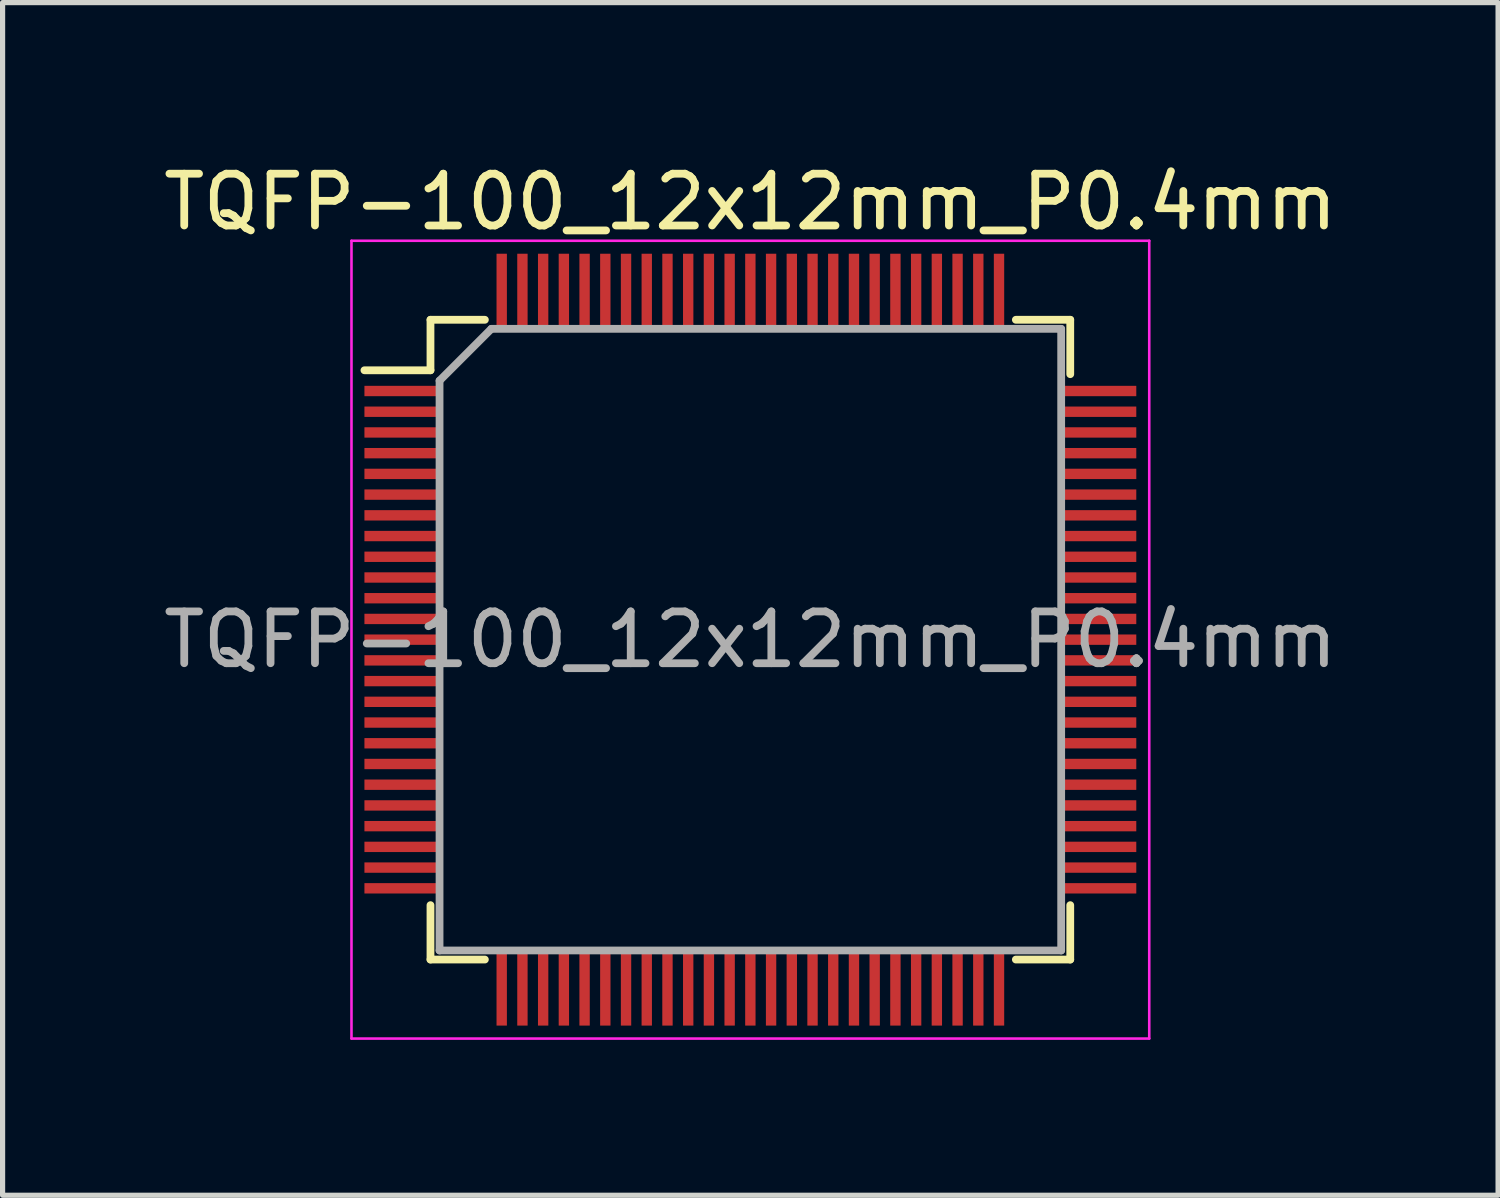
<source format=kicad_pcb>
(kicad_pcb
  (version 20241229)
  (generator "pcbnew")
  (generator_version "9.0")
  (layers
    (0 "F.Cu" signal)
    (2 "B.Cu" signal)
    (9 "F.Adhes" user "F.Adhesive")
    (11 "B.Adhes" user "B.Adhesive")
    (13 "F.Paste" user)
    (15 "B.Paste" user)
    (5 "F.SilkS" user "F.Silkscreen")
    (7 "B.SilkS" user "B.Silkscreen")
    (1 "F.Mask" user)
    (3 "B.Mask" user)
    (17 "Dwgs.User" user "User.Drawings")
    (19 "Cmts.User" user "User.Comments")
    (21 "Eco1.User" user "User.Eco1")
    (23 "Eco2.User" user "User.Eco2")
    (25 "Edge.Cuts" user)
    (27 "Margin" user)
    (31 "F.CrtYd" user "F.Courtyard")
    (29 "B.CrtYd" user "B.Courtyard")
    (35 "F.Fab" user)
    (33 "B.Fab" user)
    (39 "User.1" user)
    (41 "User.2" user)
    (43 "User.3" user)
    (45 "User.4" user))
  (footprint "TQFP-100_12x12mm_P0.4mm"
    (layer "F.Cu")
    (at 11.435 9.298)
    (property "Reference" "TQFP-100_12x12mm_P0.4mm" (at 0 -8.45 0) (layer "F.SilkS") (effects (font (size 1 1) (thickness 0.15))))
    (attr smd)
    (fp_line (start -6.175 -6.175) (end -6.175 -5.2) (stroke (width 0.15) (type solid)) (layer "F.SilkS"))
    (fp_line (start -6.175 -6.175) (end -5.125 -6.175) (stroke (width 0.15) (type solid)) (layer "F.SilkS"))
    (fp_line (start -6.175 -5.2) (end -7.45 -5.2) (stroke (width 0.15) (type solid)) (layer "F.SilkS"))
    (fp_line (start -6.175 6.175) (end -6.175 5.125) (stroke (width 0.15) (type solid)) (layer "F.SilkS"))
    (fp_line (start -6.175 6.175) (end -5.125 6.175) (stroke (width 0.15) (type solid)) (layer "F.SilkS"))
    (fp_line (start 6.175 -6.175) (end 5.125 -6.175) (stroke (width 0.15) (type solid)) (layer "F.SilkS"))
    (fp_line (start 6.175 -6.175) (end 6.175 -5.125) (stroke (width 0.15) (type solid)) (layer "F.SilkS"))
    (fp_line (start 6.175 6.175) (end 5.125 6.175) (stroke (width 0.15) (type solid)) (layer "F.SilkS"))
    (fp_line (start 6.175 6.175) (end 6.175 5.125) (stroke (width 0.15) (type solid)) (layer "F.SilkS"))
    (fp_line (start -7.7 -7.7) (end -7.7 7.7) (stroke (width 0.05) (type solid)) (layer "F.CrtYd"))
    (fp_line (start -7.7 -7.7) (end 7.7 -7.7) (stroke (width 0.05) (type solid)) (layer "F.CrtYd"))
    (fp_line (start -7.7 7.7) (end 7.7 7.7) (stroke (width 0.05) (type solid)) (layer "F.CrtYd"))
    (fp_line (start 7.7 -7.7) (end 7.7 7.7) (stroke (width 0.05) (type solid)) (layer "F.CrtYd"))
    (fp_line (start -6 -5) (end -5 -6) (stroke (width 0.15) (type solid)) (layer "F.Fab"))
    (fp_line (start -6 6) (end -6 -5) (stroke (width 0.15) (type solid)) (layer "F.Fab"))
    (fp_line (start -5 -6) (end 6 -6) (stroke (width 0.15) (type solid)) (layer "F.Fab"))
    (fp_line (start 6 -6) (end 6 6) (stroke (width 0.15) (type solid)) (layer "F.Fab"))
    (fp_line (start 6 6) (end -6 6) (stroke (width 0.15) (type solid)) (layer "F.Fab"))
    (fp_text user "${REFERENCE}" (at 0 0 0) (layer "F.Fab") (effects (font (size 1 1) (thickness 0.15))))
    (pad "1" smd rect (at -6.7 -4.8) (size 1.5 0.2) (layers "F.Cu" "F.Mask" "F.Paste"))
    (pad "2" smd rect (at -6.7 -4.4) (size 1.5 0.2) (layers "F.Cu" "F.Mask" "F.Paste"))
    (pad "3" smd rect (at -6.7 -4) (size 1.5 0.2) (layers "F.Cu" "F.Mask" "F.Paste"))
    (pad "4" smd rect (at -6.7 -3.6) (size 1.5 0.2) (layers "F.Cu" "F.Mask" "F.Paste"))
    (pad "5" smd rect (at -6.7 -3.2) (size 1.5 0.2) (layers "F.Cu" "F.Mask" "F.Paste"))
    (pad "6" smd rect (at -6.7 -2.8) (size 1.5 0.2) (layers "F.Cu" "F.Mask" "F.Paste"))
    (pad "7" smd rect (at -6.7 -2.4) (size 1.5 0.2) (layers "F.Cu" "F.Mask" "F.Paste"))
    (pad "8" smd rect (at -6.7 -2) (size 1.5 0.2) (layers "F.Cu" "F.Mask" "F.Paste"))
    (pad "9" smd rect (at -6.7 -1.6) (size 1.5 0.2) (layers "F.Cu" "F.Mask" "F.Paste"))
    (pad "10" smd rect (at -6.7 -1.2) (size 1.5 0.2) (layers "F.Cu" "F.Mask" "F.Paste"))
    (pad "11" smd rect (at -6.7 -0.8) (size 1.5 0.2) (layers "F.Cu" "F.Mask" "F.Paste"))
    (pad "12" smd rect (at -6.7 -0.4) (size 1.5 0.2) (layers "F.Cu" "F.Mask" "F.Paste"))
    (pad "13" smd rect (at -6.7 0) (size 1.5 0.2) (layers "F.Cu" "F.Mask" "F.Paste"))
    (pad "14" smd rect (at -6.7 0.4) (size 1.5 0.2) (layers "F.Cu" "F.Mask" "F.Paste"))
    (pad "15" smd rect (at -6.7 0.8) (size 1.5 0.2) (layers "F.Cu" "F.Mask" "F.Paste"))
    (pad "16" smd rect (at -6.7 1.2) (size 1.5 0.2) (layers "F.Cu" "F.Mask" "F.Paste"))
    (pad "17" smd rect (at -6.7 1.6) (size 1.5 0.2) (layers "F.Cu" "F.Mask" "F.Paste"))
    (pad "18" smd rect (at -6.7 2) (size 1.5 0.2) (layers "F.Cu" "F.Mask" "F.Paste"))
    (pad "19" smd rect (at -6.7 2.4) (size 1.5 0.2) (layers "F.Cu" "F.Mask" "F.Paste"))
    (pad "20" smd rect (at -6.7 2.8) (size 1.5 0.2) (layers "F.Cu" "F.Mask" "F.Paste"))
    (pad "21" smd rect (at -6.7 3.2) (size 1.5 0.2) (layers "F.Cu" "F.Mask" "F.Paste"))
    (pad "22" smd rect (at -6.7 3.6) (size 1.5 0.2) (layers "F.Cu" "F.Mask" "F.Paste"))
    (pad "23" smd rect (at -6.7 4) (size 1.5 0.2) (layers "F.Cu" "F.Mask" "F.Paste"))
    (pad "24" smd rect (at -6.7 4.4) (size 1.5 0.2) (layers "F.Cu" "F.Mask" "F.Paste"))
    (pad "25" smd rect (at -6.7 4.8) (size 1.5 0.2) (layers "F.Cu" "F.Mask" "F.Paste"))
    (pad "26" smd rect (at -4.8 6.7 90) (size 1.5 0.2) (layers "F.Cu" "F.Mask" "F.Paste"))
    (pad "27" smd rect (at -4.4 6.7 90) (size 1.5 0.2) (layers "F.Cu" "F.Mask" "F.Paste"))
    (pad "28" smd rect (at -4 6.7 90) (size 1.5 0.2) (layers "F.Cu" "F.Mask" "F.Paste"))
    (pad "29" smd rect (at -3.6 6.7 90) (size 1.5 0.2) (layers "F.Cu" "F.Mask" "F.Paste"))
    (pad "30" smd rect (at -3.2 6.7 90) (size 1.5 0.2) (layers "F.Cu" "F.Mask" "F.Paste"))
    (pad "31" smd rect (at -2.8 6.7 90) (size 1.5 0.2) (layers "F.Cu" "F.Mask" "F.Paste"))
    (pad "32" smd rect (at -2.4 6.7 90) (size 1.5 0.2) (layers "F.Cu" "F.Mask" "F.Paste"))
    (pad "33" smd rect (at -2 6.7 90) (size 1.5 0.2) (layers "F.Cu" "F.Mask" "F.Paste"))
    (pad "34" smd rect (at -1.6 6.7 90) (size 1.5 0.2) (layers "F.Cu" "F.Mask" "F.Paste"))
    (pad "35" smd rect (at -1.2 6.7 90) (size 1.5 0.2) (layers "F.Cu" "F.Mask" "F.Paste"))
    (pad "36" smd rect (at -0.8 6.7 90) (size 1.5 0.2) (layers "F.Cu" "F.Mask" "F.Paste"))
    (pad "37" smd rect (at -0.4 6.7 90) (size 1.5 0.2) (layers "F.Cu" "F.Mask" "F.Paste"))
    (pad "38" smd rect (at 0 6.7 90) (size 1.5 0.2) (layers "F.Cu" "F.Mask" "F.Paste"))
    (pad "39" smd rect (at 0.4 6.7 90) (size 1.5 0.2) (layers "F.Cu" "F.Mask" "F.Paste"))
    (pad "40" smd rect (at 0.8 6.7 90) (size 1.5 0.2) (layers "F.Cu" "F.Mask" "F.Paste"))
    (pad "41" smd rect (at 1.2 6.7 90) (size 1.5 0.2) (layers "F.Cu" "F.Mask" "F.Paste"))
    (pad "42" smd rect (at 1.6 6.7 90) (size 1.5 0.2) (layers "F.Cu" "F.Mask" "F.Paste"))
    (pad "43" smd rect (at 2 6.7 90) (size 1.5 0.2) (layers "F.Cu" "F.Mask" "F.Paste"))
    (pad "44" smd rect (at 2.4 6.7 90) (size 1.5 0.2) (layers "F.Cu" "F.Mask" "F.Paste"))
    (pad "45" smd rect (at 2.8 6.7 90) (size 1.5 0.2) (layers "F.Cu" "F.Mask" "F.Paste"))
    (pad "46" smd rect (at 3.2 6.7 90) (size 1.5 0.2) (layers "F.Cu" "F.Mask" "F.Paste"))
    (pad "47" smd rect (at 3.6 6.7 90) (size 1.5 0.2) (layers "F.Cu" "F.Mask" "F.Paste"))
    (pad "48" smd rect (at 4 6.7 90) (size 1.5 0.2) (layers "F.Cu" "F.Mask" "F.Paste"))
    (pad "49" smd rect (at 4.4 6.7 90) (size 1.5 0.2) (layers "F.Cu" "F.Mask" "F.Paste"))
    (pad "50" smd rect (at 4.8 6.7 90) (size 1.5 0.2) (layers "F.Cu" "F.Mask" "F.Paste"))
    (pad "51" smd rect (at 6.7 4.8) (size 1.5 0.2) (layers "F.Cu" "F.Mask" "F.Paste"))
    (pad "52" smd rect (at 6.7 4.4) (size 1.5 0.2) (layers "F.Cu" "F.Mask" "F.Paste"))
    (pad "53" smd rect (at 6.7 4) (size 1.5 0.2) (layers "F.Cu" "F.Mask" "F.Paste"))
    (pad "54" smd rect (at 6.7 3.6) (size 1.5 0.2) (layers "F.Cu" "F.Mask" "F.Paste"))
    (pad "55" smd rect (at 6.7 3.2) (size 1.5 0.2) (layers "F.Cu" "F.Mask" "F.Paste"))
    (pad "56" smd rect (at 6.7 2.8) (size 1.5 0.2) (layers "F.Cu" "F.Mask" "F.Paste"))
    (pad "57" smd rect (at 6.7 2.4) (size 1.5 0.2) (layers "F.Cu" "F.Mask" "F.Paste"))
    (pad "58" smd rect (at 6.7 2) (size 1.5 0.2) (layers "F.Cu" "F.Mask" "F.Paste"))
    (pad "59" smd rect (at 6.7 1.6) (size 1.5 0.2) (layers "F.Cu" "F.Mask" "F.Paste"))
    (pad "60" smd rect (at 6.7 1.2) (size 1.5 0.2) (layers "F.Cu" "F.Mask" "F.Paste"))
    (pad "61" smd rect (at 6.7 0.8) (size 1.5 0.2) (layers "F.Cu" "F.Mask" "F.Paste"))
    (pad "62" smd rect (at 6.7 0.4) (size 1.5 0.2) (layers "F.Cu" "F.Mask" "F.Paste"))
    (pad "63" smd rect (at 6.7 0) (size 1.5 0.2) (layers "F.Cu" "F.Mask" "F.Paste"))
    (pad "64" smd rect (at 6.7 -0.4) (size 1.5 0.2) (layers "F.Cu" "F.Mask" "F.Paste"))
    (pad "65" smd rect (at 6.7 -0.8) (size 1.5 0.2) (layers "F.Cu" "F.Mask" "F.Paste"))
    (pad "66" smd rect (at 6.7 -1.2) (size 1.5 0.2) (layers "F.Cu" "F.Mask" "F.Paste"))
    (pad "67" smd rect (at 6.7 -1.6) (size 1.5 0.2) (layers "F.Cu" "F.Mask" "F.Paste"))
    (pad "68" smd rect (at 6.7 -2) (size 1.5 0.2) (layers "F.Cu" "F.Mask" "F.Paste"))
    (pad "69" smd rect (at 6.7 -2.4) (size 1.5 0.2) (layers "F.Cu" "F.Mask" "F.Paste"))
    (pad "70" smd rect (at 6.7 -2.8) (size 1.5 0.2) (layers "F.Cu" "F.Mask" "F.Paste"))
    (pad "71" smd rect (at 6.7 -3.2) (size 1.5 0.2) (layers "F.Cu" "F.Mask" "F.Paste"))
    (pad "72" smd rect (at 6.7 -3.6) (size 1.5 0.2) (layers "F.Cu" "F.Mask" "F.Paste"))
    (pad "73" smd rect (at 6.7 -4) (size 1.5 0.2) (layers "F.Cu" "F.Mask" "F.Paste"))
    (pad "74" smd rect (at 6.7 -4.4) (size 1.5 0.2) (layers "F.Cu" "F.Mask" "F.Paste"))
    (pad "75" smd rect (at 6.7 -4.8) (size 1.5 0.2) (layers "F.Cu" "F.Mask" "F.Paste"))
    (pad "76" smd rect (at 4.8 -6.7 90) (size 1.5 0.2) (layers "F.Cu" "F.Mask" "F.Paste"))
    (pad "77" smd rect (at 4.4 -6.7 90) (size 1.5 0.2) (layers "F.Cu" "F.Mask" "F.Paste"))
    (pad "78" smd rect (at 4 -6.7 90) (size 1.5 0.2) (layers "F.Cu" "F.Mask" "F.Paste"))
    (pad "79" smd rect (at 3.6 -6.7 90) (size 1.5 0.2) (layers "F.Cu" "F.Mask" "F.Paste"))
    (pad "80" smd rect (at 3.2 -6.7 90) (size 1.5 0.2) (layers "F.Cu" "F.Mask" "F.Paste"))
    (pad "81" smd rect (at 2.8 -6.7 90) (size 1.5 0.2) (layers "F.Cu" "F.Mask" "F.Paste"))
    (pad "82" smd rect (at 2.4 -6.7 90) (size 1.5 0.2) (layers "F.Cu" "F.Mask" "F.Paste"))
    (pad "83" smd rect (at 2 -6.7 90) (size 1.5 0.2) (layers "F.Cu" "F.Mask" "F.Paste"))
    (pad "84" smd rect (at 1.6 -6.7 90) (size 1.5 0.2) (layers "F.Cu" "F.Mask" "F.Paste"))
    (pad "85" smd rect (at 1.2 -6.7 90) (size 1.5 0.2) (layers "F.Cu" "F.Mask" "F.Paste"))
    (pad "86" smd rect (at 0.8 -6.7 90) (size 1.5 0.2) (layers "F.Cu" "F.Mask" "F.Paste"))
    (pad "87" smd rect (at 0.4 -6.7 90) (size 1.5 0.2) (layers "F.Cu" "F.Mask" "F.Paste"))
    (pad "88" smd rect (at 0 -6.7 90) (size 1.5 0.2) (layers "F.Cu" "F.Mask" "F.Paste"))
    (pad "89" smd rect (at -0.4 -6.7 90) (size 1.5 0.2) (layers "F.Cu" "F.Mask" "F.Paste"))
    (pad "90" smd rect (at -0.8 -6.7 90) (size 1.5 0.2) (layers "F.Cu" "F.Mask" "F.Paste"))
    (pad "91" smd rect (at -1.2 -6.7 90) (size 1.5 0.2) (layers "F.Cu" "F.Mask" "F.Paste"))
    (pad "92" smd rect (at -1.6 -6.7 90) (size 1.5 0.2) (layers "F.Cu" "F.Mask" "F.Paste"))
    (pad "93" smd rect (at -2 -6.7 90) (size 1.5 0.2) (layers "F.Cu" "F.Mask" "F.Paste"))
    (pad "94" smd rect (at -2.4 -6.7 90) (size 1.5 0.2) (layers "F.Cu" "F.Mask" "F.Paste"))
    (pad "95" smd rect (at -2.8 -6.7 90) (size 1.5 0.2) (layers "F.Cu" "F.Mask" "F.Paste"))
    (pad "96" smd rect (at -3.2 -6.7 90) (size 1.5 0.2) (layers "F.Cu" "F.Mask" "F.Paste"))
    (pad "97" smd rect (at -3.6 -6.7 90) (size 1.5 0.2) (layers "F.Cu" "F.Mask" "F.Paste"))
    (pad "98" smd rect (at -4 -6.7 90) (size 1.5 0.2) (layers "F.Cu" "F.Mask" "F.Paste"))
    (pad "99" smd rect (at -4.4 -6.7 90) (size 1.5 0.2) (layers "F.Cu" "F.Mask" "F.Paste"))
    (pad "100" smd rect (at -4.8 -6.7 90) (size 1.5 0.2) (layers "F.Cu" "F.Mask" "F.Paste")))
  (gr_rect
    (start -3 -3)
    (end 25.869 20.023)
    (stroke (width 0.1) (type default))
    (fill no)
    (layer "Edge.Cuts")))
</source>
